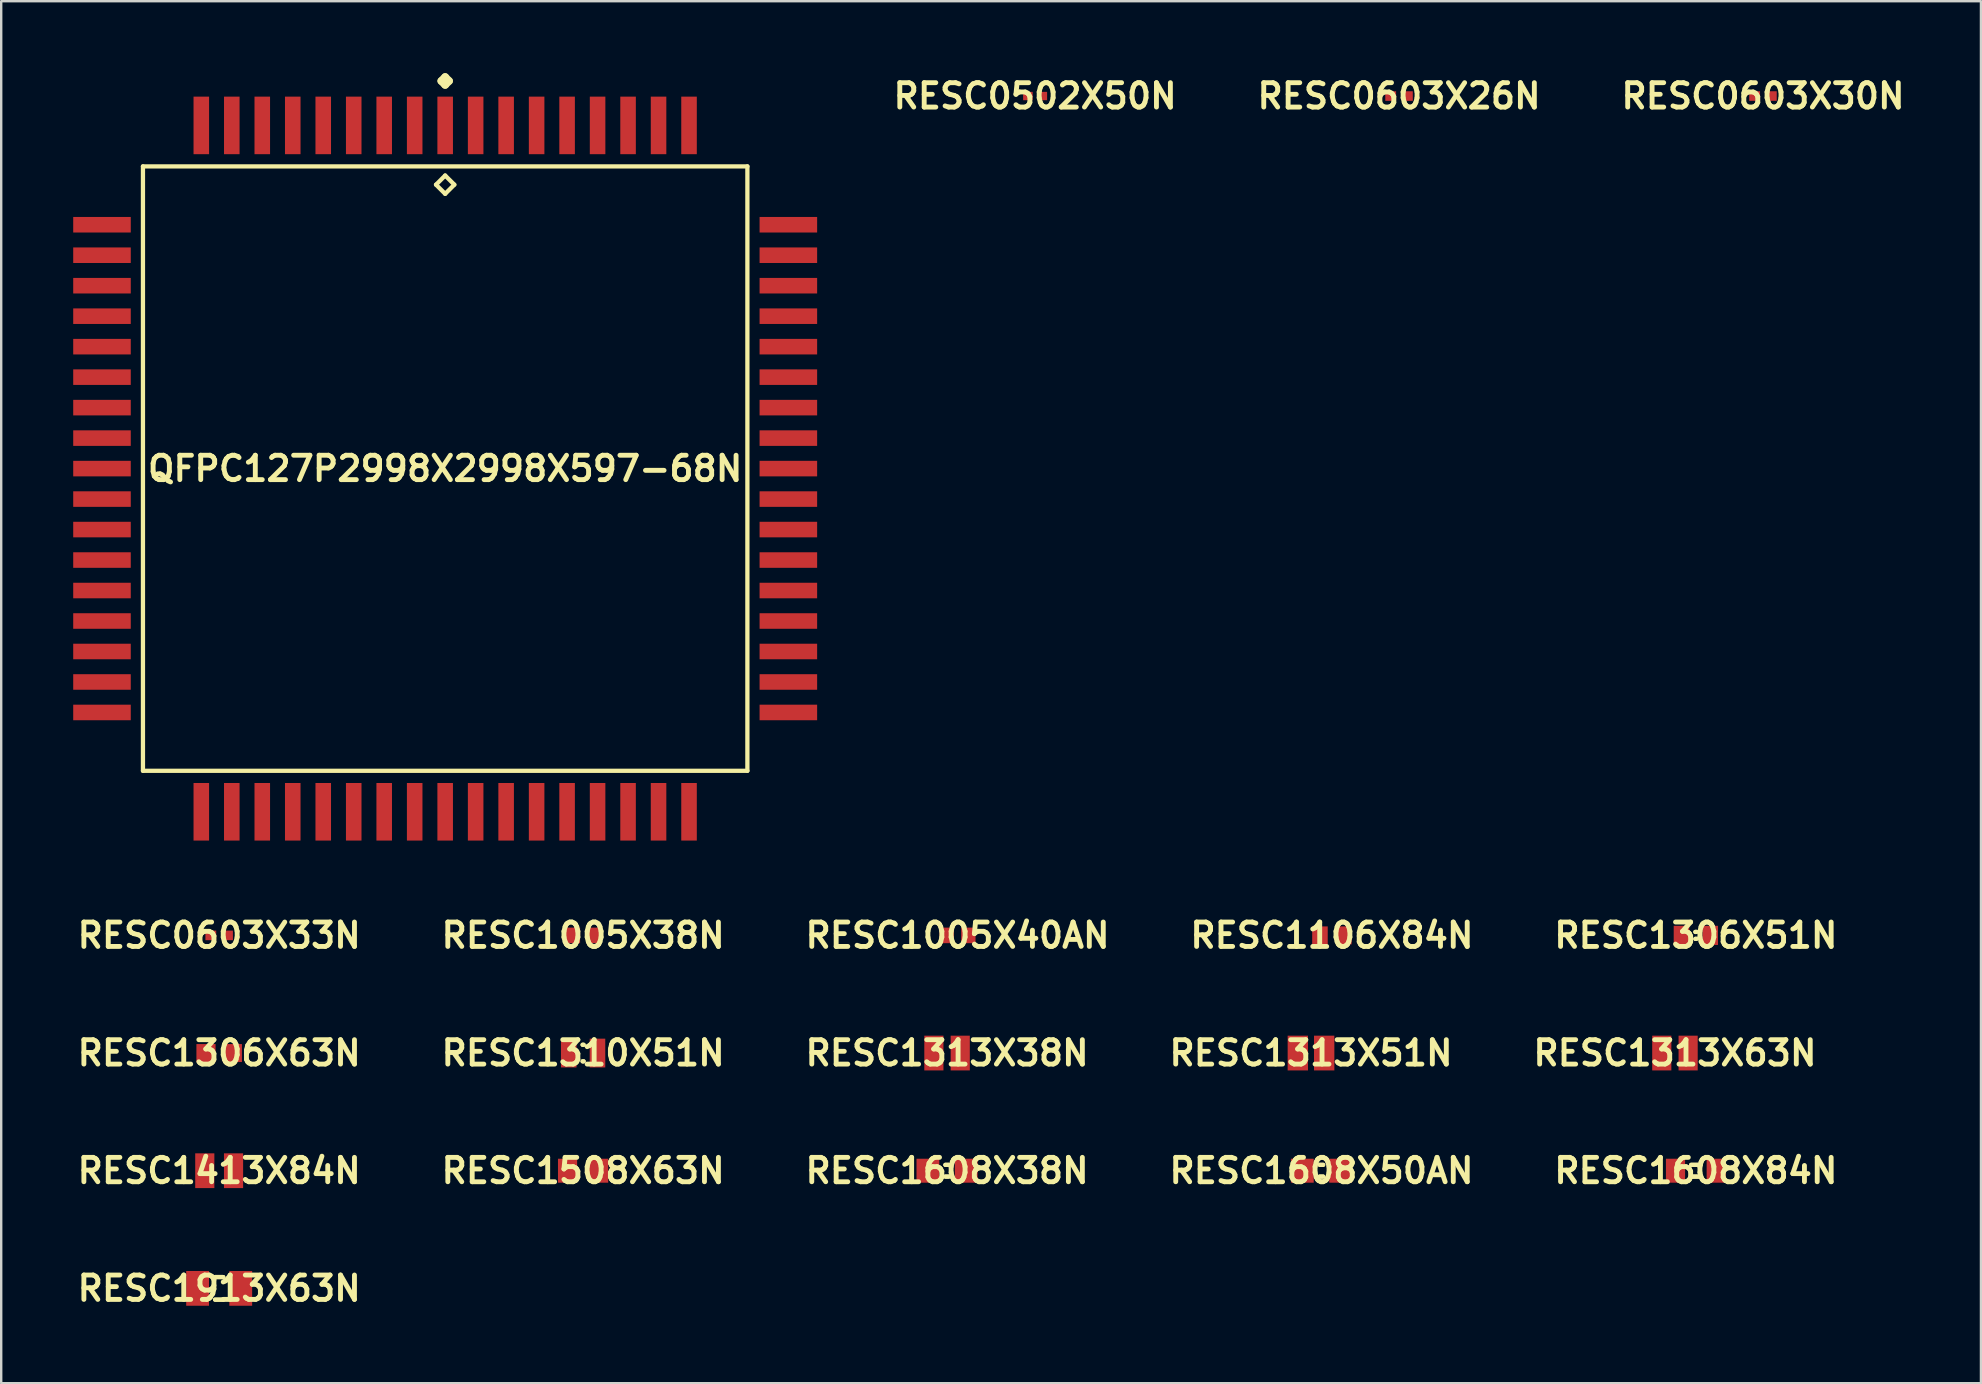
<source format=kicad_pcb>
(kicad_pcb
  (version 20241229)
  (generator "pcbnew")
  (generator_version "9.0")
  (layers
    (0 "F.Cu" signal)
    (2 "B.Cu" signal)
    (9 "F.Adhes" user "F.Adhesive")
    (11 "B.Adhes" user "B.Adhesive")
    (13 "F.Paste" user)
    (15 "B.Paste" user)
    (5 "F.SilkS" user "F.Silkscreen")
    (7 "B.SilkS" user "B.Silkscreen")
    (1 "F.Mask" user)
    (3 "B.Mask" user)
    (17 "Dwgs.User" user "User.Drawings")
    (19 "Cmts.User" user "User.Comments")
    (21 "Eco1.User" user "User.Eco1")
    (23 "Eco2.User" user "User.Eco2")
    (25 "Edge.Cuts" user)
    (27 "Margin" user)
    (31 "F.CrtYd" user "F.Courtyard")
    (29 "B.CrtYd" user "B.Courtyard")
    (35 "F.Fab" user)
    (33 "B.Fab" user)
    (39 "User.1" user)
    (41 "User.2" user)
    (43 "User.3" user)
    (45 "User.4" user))
  (footprint "RESC1306X63N"
    (layer "F.Cu")
    (at 6.081 40.823)
    (property "Reference" "RESC1306X63N" (at 0 0 0) (layer "F.SilkS") (effects (font (size 1.016 1.016) (thickness 0.203))))
    (attr smd)
    (pad "1" smd rect (at -0.549 0) (size 0.798 0.749) (layers "F.Cu" "F.Mask" "F.Paste"))
    (pad "2" smd rect (at 0.549 0) (size 0.798 0.749) (layers "F.Cu" "F.Mask" "F.Paste")))
  (footprint "RESC0603X30N"
    (layer "F.Cu")
    (at 70.401 0.951)
    (property "Reference" "RESC0603X30N" (at 0 0 0) (layer "F.SilkS") (effects (font (size 1.016 1.016) (thickness 0.203))))
    (attr smd)
    (pad "1" smd rect (at -0.348 0) (size 0.45 0.399) (layers "F.Cu" "F.Mask" "F.Paste"))
    (pad "2" smd rect (at 0.348 0) (size 0.45 0.399) (layers "F.Cu" "F.Mask" "F.Paste")))
  (footprint "RESC1005X38N"
    (layer "F.Cu")
    (at 21.244 35.921)
    (property "Reference" "RESC1005X38N" (at 0 0 0) (layer "F.SilkS") (effects (font (size 1.016 1.016) (thickness 0.203))))
    (attr smd)
    (pad "1" smd rect (at -0.45 0) (size 0.648 0.648) (layers "F.Cu" "F.Mask" "F.Paste"))
    (pad "2" smd rect (at 0.45 0) (size 0.648 0.648) (layers "F.Cu" "F.Mask" "F.Paste")))
  (footprint "RESC1608X38N"
    (layer "F.Cu")
    (at 36.407 45.725)
    (property "Reference" "RESC1608X38N" (at 0 0 0) (layer "F.SilkS") (effects (font (size 1.016 1.016) (thickness 0.203))))
    (attr smd)
    (fp_line (start -0.069 -0.244) (end 0.069 -0.244) (stroke (width 0.178) (type solid)) (layer "F.SilkS"))
    (fp_line (start -0.069 0.244) (end 0.069 0.244) (stroke (width 0.178) (type solid)) (layer "F.SilkS"))
    (fp_line (start 0.069 -0.244) (end -0.069 -0.244) (stroke (width 0.178) (type solid)) (layer "F.SilkS"))
    (fp_line (start 0.069 0.244) (end -0.069 0.244) (stroke (width 0.178) (type solid)) (layer "F.SilkS"))
    (pad "1" smd rect (at -0.798 0) (size 0.95 0.998) (layers "F.Cu" "F.Mask" "F.Paste"))
    (pad "2" smd rect (at 0.798 0) (size 0.95 0.998) (layers "F.Cu" "F.Mask" "F.Paste")))
  (footprint "RESC1508X63N"
    (layer "F.Cu")
    (at 21.244 45.725)
    (property "Reference" "RESC1508X63N" (at 0 0 0) (layer "F.SilkS") (effects (font (size 1.016 1.016) (thickness 0.203))))
    (attr smd)
    (pad "1" smd rect (at -0.648 0) (size 0.798 0.998) (layers "F.Cu" "F.Mask" "F.Paste"))
    (pad "2" smd rect (at 0.648 0) (size 0.798 0.998) (layers "F.Cu" "F.Mask" "F.Paste")))
  (footprint "RESC1005X40AN"
    (layer "F.Cu")
    (at 36.843 35.921)
    (property "Reference" "RESC1005X40AN" (at 0 0 0) (layer "F.SilkS") (effects (font (size 1.016 1.016) (thickness 0.203))))
    (attr smd)
    (pad "1" smd rect (at -0.45 0) (size 0.599 0.648) (layers "F.Cu" "F.Mask" "F.Paste"))
    (pad "2" smd rect (at 0.45 0) (size 0.599 0.648) (layers "F.Cu" "F.Mask" "F.Paste")))
  (footprint "RESC1306X51N"
    (layer "F.Cu")
    (at 67.604 35.921)
    (property "Reference" "RESC1306X51N" (at 0 0 0) (layer "F.SilkS") (effects (font (size 1.016 1.016) (thickness 0.203))))
    (attr smd)
    (fp_line (start -0.02 -0.145) (end 0.02 -0.145) (stroke (width 0.178) (type solid)) (layer "F.SilkS"))
    (fp_line (start -0.02 0.145) (end 0.02 0.145) (stroke (width 0.178) (type solid)) (layer "F.SilkS"))
    (fp_line (start 0.02 -0.145) (end -0.02 -0.145) (stroke (width 0.178) (type solid)) (layer "F.SilkS"))
    (fp_line (start 0.02 0.145) (end -0.02 0.145) (stroke (width 0.178) (type solid)) (layer "F.SilkS"))
    (pad "1" smd rect (at -0.599 0) (size 0.648 0.798) (layers "F.Cu" "F.Mask" "F.Paste"))
    (pad "2" smd rect (at 0.599 0) (size 0.648 0.798) (layers "F.Cu" "F.Mask" "F.Paste")))
  (footprint "RESC1413X84N"
    (layer "F.Cu")
    (at 6.081 45.725)
    (property "Reference" "RESC1413X84N" (at 0 0 0) (layer "F.SilkS") (effects (font (size 1.016 1.016) (thickness 0.203))))
    (attr smd)
    (pad "1" smd rect (at -0.599 0) (size 0.798 1.448) (layers "F.Cu" "F.Mask" "F.Paste"))
    (pad "2" smd rect (at 0.599 0) (size 0.798 1.448) (layers "F.Cu" "F.Mask" "F.Paste")))
  (footprint "RESC0603X33N"
    (layer "F.Cu")
    (at 6.081 35.921)
    (property "Reference" "RESC0603X33N" (at 0 0 0) (layer "F.SilkS") (effects (font (size 1.016 1.016) (thickness 0.203))))
    (attr smd)
    (pad "1" smd rect (at -0.348 0) (size 0.45 0.399) (layers "F.Cu" "F.Mask" "F.Paste"))
    (pad "2" smd rect (at 0.348 0) (size 0.45 0.399) (layers "F.Cu" "F.Mask" "F.Paste")))
  (footprint "RESC0502X50N"
    (layer "F.Cu")
    (at 40.075 0.951)
    (property "Reference" "RESC0502X50N" (at 0 0 0) (layer "F.SilkS") (effects (font (size 1.016 1.016) (thickness 0.203))))
    (attr smd)
    (pad "1" smd rect (at -0.3 0) (size 0.399 0.348) (layers "F.Cu" "F.Mask" "F.Paste"))
    (pad "2" smd rect (at 0.3 0) (size 0.399 0.348) (layers "F.Cu" "F.Mask" "F.Paste")))
  (footprint "QFPC127P2998X2998X597-68N"
    (layer "F.Cu")
    (at 15.497 16.473)
    (property "Reference" "QFPC127P2998X2998X597-68N" (at 0 0 0) (layer "F.SilkS") (effects (font (size 1.016 1.016) (thickness 0.203))))
    (attr smd)
    (fp_line (start -12.591 -12.591) (end -12.591 12.591) (stroke (width 0.178) (type solid)) (layer "F.SilkS"))
    (fp_line (start -12.591 12.591) (end 12.591 12.591) (stroke (width 0.178) (type solid)) (layer "F.SilkS"))
    (fp_line (start -0.381 -11.829) (end 0 -12.21) (stroke (width 0.178) (type solid)) (layer "F.SilkS"))
    (fp_line (start -0.16 -16.149) (end 0 -16.312) (stroke (width 0.323) (type solid)) (layer "F.SilkS"))
    (fp_line (start 0 -16.312) (end 0.16 -16.149) (stroke (width 0.323) (type solid)) (layer "F.SilkS"))
    (fp_line (start 0 -15.987) (end -0.16 -16.149) (stroke (width 0.323) (type solid)) (layer "F.SilkS"))
    (fp_line (start 0 -12.21) (end 0.381 -11.829) (stroke (width 0.178) (type solid)) (layer "F.SilkS"))
    (fp_line (start 0 -11.448) (end -0.381 -11.829) (stroke (width 0.178) (type solid)) (layer "F.SilkS"))
    (fp_line (start 0.16 -16.149) (end 0 -15.987) (stroke (width 0.323) (type solid)) (layer "F.SilkS"))
    (fp_line (start 0.381 -11.829) (end 0 -11.448) (stroke (width 0.178) (type solid)) (layer "F.SilkS"))
    (fp_line (start 12.591 -12.591) (end -12.591 -12.591) (stroke (width 0.178) (type solid)) (layer "F.SilkS"))
    (fp_line (start 12.591 12.591) (end 12.591 -12.591) (stroke (width 0.178) (type solid)) (layer "F.SilkS"))
    (pad "1" smd rect (at 0 -14.298) (size 0.648 2.398) (layers "F.Cu" "F.Mask" "F.Paste"))
    (pad "2" smd rect (at -1.27 -14.298) (size 0.648 2.398) (layers "F.Cu" "F.Mask" "F.Paste"))
    (pad "3" smd rect (at -2.54 -14.298) (size 0.648 2.398) (layers "F.Cu" "F.Mask" "F.Paste"))
    (pad "4" smd rect (at -3.81 -14.298) (size 0.648 2.398) (layers "F.Cu" "F.Mask" "F.Paste"))
    (pad "5" smd rect (at -5.08 -14.298) (size 0.648 2.398) (layers "F.Cu" "F.Mask" "F.Paste"))
    (pad "6" smd rect (at -6.35 -14.298) (size 0.648 2.398) (layers "F.Cu" "F.Mask" "F.Paste"))
    (pad "7" smd rect (at -7.62 -14.298) (size 0.648 2.398) (layers "F.Cu" "F.Mask" "F.Paste"))
    (pad "8" smd rect (at -8.89 -14.298) (size 0.648 2.398) (layers "F.Cu" "F.Mask" "F.Paste"))
    (pad "9" smd rect (at -10.16 -14.298) (size 0.648 2.398) (layers "F.Cu" "F.Mask" "F.Paste"))
    (pad "10" smd rect (at -14.298 -10.16) (size 2.398 0.648) (layers "F.Cu" "F.Mask" "F.Paste"))
    (pad "11" smd rect (at -14.298 -8.89) (size 2.398 0.648) (layers "F.Cu" "F.Mask" "F.Paste"))
    (pad "12" smd rect (at -14.298 -7.62) (size 2.398 0.648) (layers "F.Cu" "F.Mask" "F.Paste"))
    (pad "13" smd rect (at -14.298 -6.35) (size 2.398 0.648) (layers "F.Cu" "F.Mask" "F.Paste"))
    (pad "14" smd rect (at -14.298 -5.08) (size 2.398 0.648) (layers "F.Cu" "F.Mask" "F.Paste"))
    (pad "15" smd rect (at -14.298 -3.81) (size 2.398 0.648) (layers "F.Cu" "F.Mask" "F.Paste"))
    (pad "16" smd rect (at -14.298 -2.54) (size 2.398 0.648) (layers "F.Cu" "F.Mask" "F.Paste"))
    (pad "17" smd rect (at -14.298 -1.27) (size 2.398 0.648) (layers "F.Cu" "F.Mask" "F.Paste"))
    (pad "18" smd rect (at -14.298 0) (size 2.398 0.648) (layers "F.Cu" "F.Mask" "F.Paste"))
    (pad "19" smd rect (at -14.298 1.27) (size 2.398 0.648) (layers "F.Cu" "F.Mask" "F.Paste"))
    (pad "20" smd rect (at -14.298 2.54) (size 2.398 0.648) (layers "F.Cu" "F.Mask" "F.Paste"))
    (pad "21" smd rect (at -14.298 3.81) (size 2.398 0.648) (layers "F.Cu" "F.Mask" "F.Paste"))
    (pad "22" smd rect (at -14.298 5.08) (size 2.398 0.648) (layers "F.Cu" "F.Mask" "F.Paste"))
    (pad "23" smd rect (at -14.298 6.35) (size 2.398 0.648) (layers "F.Cu" "F.Mask" "F.Paste"))
    (pad "24" smd rect (at -14.298 7.62) (size 2.398 0.648) (layers "F.Cu" "F.Mask" "F.Paste"))
    (pad "25" smd rect (at -14.298 8.89) (size 2.398 0.648) (layers "F.Cu" "F.Mask" "F.Paste"))
    (pad "26" smd rect (at -14.298 10.16) (size 2.398 0.648) (layers "F.Cu" "F.Mask" "F.Paste"))
    (pad "27" smd rect (at -10.16 14.298) (size 0.648 2.398) (layers "F.Cu" "F.Mask" "F.Paste"))
    (pad "28" smd rect (at -8.89 14.298) (size 0.648 2.398) (layers "F.Cu" "F.Mask" "F.Paste"))
    (pad "29" smd rect (at -7.62 14.298) (size 0.648 2.398) (layers "F.Cu" "F.Mask" "F.Paste"))
    (pad "30" smd rect (at -6.35 14.298) (size 0.648 2.398) (layers "F.Cu" "F.Mask" "F.Paste"))
    (pad "31" smd rect (at -5.08 14.298) (size 0.648 2.398) (layers "F.Cu" "F.Mask" "F.Paste"))
    (pad "32" smd rect (at -3.81 14.298) (size 0.648 2.398) (layers "F.Cu" "F.Mask" "F.Paste"))
    (pad "33" smd rect (at -2.54 14.298) (size 0.648 2.398) (layers "F.Cu" "F.Mask" "F.Paste"))
    (pad "34" smd rect (at -1.27 14.298) (size 0.648 2.398) (layers "F.Cu" "F.Mask" "F.Paste"))
    (pad "35" smd rect (at 0 14.298) (size 0.648 2.398) (layers "F.Cu" "F.Mask" "F.Paste"))
    (pad "36" smd rect (at 1.27 14.298) (size 0.648 2.398) (layers "F.Cu" "F.Mask" "F.Paste"))
    (pad "37" smd rect (at 2.54 14.298) (size 0.648 2.398) (layers "F.Cu" "F.Mask" "F.Paste"))
    (pad "38" smd rect (at 3.81 14.298) (size 0.648 2.398) (layers "F.Cu" "F.Mask" "F.Paste"))
    (pad "39" smd rect (at 5.08 14.298) (size 0.648 2.398) (layers "F.Cu" "F.Mask" "F.Paste"))
    (pad "40" smd rect (at 6.35 14.298) (size 0.648 2.398) (layers "F.Cu" "F.Mask" "F.Paste"))
    (pad "41" smd rect (at 7.62 14.298) (size 0.648 2.398) (layers "F.Cu" "F.Mask" "F.Paste"))
    (pad "42" smd rect (at 8.89 14.298) (size 0.648 2.398) (layers "F.Cu" "F.Mask" "F.Paste"))
    (pad "43" smd rect (at 10.16 14.298) (size 0.648 2.398) (layers "F.Cu" "F.Mask" "F.Paste"))
    (pad "44" smd rect (at 14.298 10.16) (size 2.398 0.648) (layers "F.Cu" "F.Mask" "F.Paste"))
    (pad "45" smd rect (at 14.298 8.89) (size 2.398 0.648) (layers "F.Cu" "F.Mask" "F.Paste"))
    (pad "46" smd rect (at 14.298 7.62) (size 2.398 0.648) (layers "F.Cu" "F.Mask" "F.Paste"))
    (pad "47" smd rect (at 14.298 6.35) (size 2.398 0.648) (layers "F.Cu" "F.Mask" "F.Paste"))
    (pad "48" smd rect (at 14.298 5.08) (size 2.398 0.648) (layers "F.Cu" "F.Mask" "F.Paste"))
    (pad "49" smd rect (at 14.298 3.81) (size 2.398 0.648) (layers "F.Cu" "F.Mask" "F.Paste"))
    (pad "50" smd rect (at 14.298 2.54) (size 2.398 0.648) (layers "F.Cu" "F.Mask" "F.Paste"))
    (pad "51" smd rect (at 14.298 1.27) (size 2.398 0.648) (layers "F.Cu" "F.Mask" "F.Paste"))
    (pad "52" smd rect (at 14.298 0) (size 2.398 0.648) (layers "F.Cu" "F.Mask" "F.Paste"))
    (pad "53" smd rect (at 14.298 -1.27) (size 2.398 0.648) (layers "F.Cu" "F.Mask" "F.Paste"))
    (pad "54" smd rect (at 14.298 -2.54) (size 2.398 0.648) (layers "F.Cu" "F.Mask" "F.Paste"))
    (pad "55" smd rect (at 14.298 -3.81) (size 2.398 0.648) (layers "F.Cu" "F.Mask" "F.Paste"))
    (pad "56" smd rect (at 14.298 -5.08) (size 2.398 0.648) (layers "F.Cu" "F.Mask" "F.Paste"))
    (pad "57" smd rect (at 14.298 -6.35) (size 2.398 0.648) (layers "F.Cu" "F.Mask" "F.Paste"))
    (pad "58" smd rect (at 14.298 -7.62) (size 2.398 0.648) (layers "F.Cu" "F.Mask" "F.Paste"))
    (pad "59" smd rect (at 14.298 -8.89) (size 2.398 0.648) (layers "F.Cu" "F.Mask" "F.Paste"))
    (pad "60" smd rect (at 14.298 -10.16) (size 2.398 0.648) (layers "F.Cu" "F.Mask" "F.Paste"))
    (pad "61" smd rect (at 10.16 -14.298) (size 0.648 2.398) (layers "F.Cu" "F.Mask" "F.Paste"))
    (pad "62" smd rect (at 8.89 -14.298) (size 0.648 2.398) (layers "F.Cu" "F.Mask" "F.Paste"))
    (pad "63" smd rect (at 7.62 -14.298) (size 0.648 2.398) (layers "F.Cu" "F.Mask" "F.Paste"))
    (pad "64" smd rect (at 6.35 -14.298) (size 0.648 2.398) (layers "F.Cu" "F.Mask" "F.Paste"))
    (pad "65" smd rect (at 5.08 -14.298) (size 0.648 2.398) (layers "F.Cu" "F.Mask" "F.Paste"))
    (pad "66" smd rect (at 3.81 -14.298) (size 0.648 2.398) (layers "F.Cu" "F.Mask" "F.Paste"))
    (pad "67" smd rect (at 2.54 -14.298) (size 0.648 2.398) (layers "F.Cu" "F.Mask" "F.Paste"))
    (pad "68" smd rect (at 1.27 -14.298) (size 0.648 2.398) (layers "F.Cu" "F.Mask" "F.Paste")))
  (footprint "RESC1313X51N"
    (layer "F.Cu")
    (at 51.57 40.823)
    (property "Reference" "RESC1313X51N" (at 0 0 0) (layer "F.SilkS") (effects (font (size 1.016 1.016) (thickness 0.203))))
    (attr smd)
    (pad "1" smd rect (at -0.549 0) (size 0.848 1.448) (layers "F.Cu" "F.Mask" "F.Paste"))
    (pad "2" smd rect (at 0.549 0) (size 0.848 1.448) (layers "F.Cu" "F.Mask" "F.Paste")))
  (footprint "RESC1913X63N"
    (layer "F.Cu")
    (at 6.081 50.627)
    (property "Reference" "RESC1913X63N" (at 0 0 0) (layer "F.SilkS") (effects (font (size 1.016 1.016) (thickness 0.203))))
    (attr smd)
    (fp_line (start -0.17 -0.47) (end 0.17 -0.47) (stroke (width 0.178) (type solid)) (layer "F.SilkS"))
    (fp_line (start -0.17 0.47) (end 0.17 0.47) (stroke (width 0.178) (type solid)) (layer "F.SilkS"))
    (fp_line (start 0.17 -0.47) (end -0.17 -0.47) (stroke (width 0.178) (type solid)) (layer "F.SilkS"))
    (fp_line (start 0.17 0.47) (end -0.17 0.47) (stroke (width 0.178) (type solid)) (layer "F.SilkS"))
    (pad "1" smd rect (at -0.899 0) (size 0.95 1.448) (layers "F.Cu" "F.Mask" "F.Paste"))
    (pad "2" smd rect (at 0.899 0) (size 0.95 1.448) (layers "F.Cu" "F.Mask" "F.Paste")))
  (footprint "RESC1313X63N"
    (layer "F.Cu")
    (at 66.733 40.823)
    (property "Reference" "RESC1313X63N" (at 0 0 0) (layer "F.SilkS") (effects (font (size 1.016 1.016) (thickness 0.203))))
    (attr smd)
    (pad "1" smd rect (at -0.549 0) (size 0.798 1.448) (layers "F.Cu" "F.Mask" "F.Paste"))
    (pad "2" smd rect (at 0.549 0) (size 0.798 1.448) (layers "F.Cu" "F.Mask" "F.Paste")))
  (footprint "RESC1313X38N"
    (layer "F.Cu")
    (at 36.407 40.823)
    (property "Reference" "RESC1313X38N" (at 0 0 0) (layer "F.SilkS") (effects (font (size 1.016 1.016) (thickness 0.203))))
    (attr smd)
    (pad "1" smd rect (at -0.549 0) (size 0.798 1.448) (layers "F.Cu" "F.Mask" "F.Paste"))
    (pad "2" smd rect (at 0.549 0) (size 0.798 1.448) (layers "F.Cu" "F.Mask" "F.Paste")))
  (footprint "RESC0603X26N"
    (layer "F.Cu")
    (at 55.238 0.951)
    (property "Reference" "RESC0603X26N" (at 0 0 0) (layer "F.SilkS") (effects (font (size 1.016 1.016) (thickness 0.203))))
    (attr smd)
    (pad "1" smd rect (at -0.348 0) (size 0.45 0.399) (layers "F.Cu" "F.Mask" "F.Paste"))
    (pad "2" smd rect (at 0.348 0) (size 0.45 0.399) (layers "F.Cu" "F.Mask" "F.Paste")))
  (footprint "RESC1608X50AN"
    (layer "F.Cu")
    (at 52.006 45.725)
    (property "Reference" "RESC1608X50AN" (at 0 0 0) (layer "F.SilkS") (effects (font (size 1.016 1.016) (thickness 0.203))))
    (attr smd)
    (fp_line (start -0.069 -0.244) (end 0.069 -0.244) (stroke (width 0.178) (type solid)) (layer "F.SilkS"))
    (fp_line (start -0.069 0.244) (end 0.069 0.244) (stroke (width 0.178) (type solid)) (layer "F.SilkS"))
    (fp_line (start 0.069 -0.244) (end -0.069 -0.244) (stroke (width 0.178) (type solid)) (layer "F.SilkS"))
    (fp_line (start 0.069 0.244) (end -0.069 0.244) (stroke (width 0.178) (type solid)) (layer "F.SilkS"))
    (pad "1" smd rect (at -0.798 0) (size 0.95 0.998) (layers "F.Cu" "F.Mask" "F.Paste"))
    (pad "2" smd rect (at 0.798 0) (size 0.95 0.998) (layers "F.Cu" "F.Mask" "F.Paste")))
  (footprint "RESC1310X51N"
    (layer "F.Cu")
    (at 21.244 40.823)
    (property "Reference" "RESC1310X51N" (at 0 0 0) (layer "F.SilkS") (effects (font (size 1.016 1.016) (thickness 0.203))))
    (attr smd)
    (fp_line (start -0.02 -0.345) (end 0.02 -0.345) (stroke (width 0.178) (type solid)) (layer "F.SilkS"))
    (fp_line (start -0.02 0.345) (end 0.02 0.345) (stroke (width 0.178) (type solid)) (layer "F.SilkS"))
    (fp_line (start 0.02 -0.345) (end -0.02 -0.345) (stroke (width 0.178) (type solid)) (layer "F.SilkS"))
    (fp_line (start 0.02 0.345) (end -0.02 0.345) (stroke (width 0.178) (type solid)) (layer "F.SilkS"))
    (pad "1" smd rect (at -0.599 0) (size 0.648 1.199) (layers "F.Cu" "F.Mask" "F.Paste"))
    (pad "2" smd rect (at 0.599 0) (size 0.648 1.199) (layers "F.Cu" "F.Mask" "F.Paste")))
  (footprint "RESC1608X84N"
    (layer "F.Cu")
    (at 67.604 45.725)
    (property "Reference" "RESC1608X84N" (at 0 0 0) (layer "F.SilkS") (effects (font (size 1.016 1.016) (thickness 0.203))))
    (attr smd)
    (fp_line (start -0.196 -0.244) (end 0.196 -0.244) (stroke (width 0.178) (type solid)) (layer "F.SilkS"))
    (fp_line (start -0.196 0.244) (end 0.196 0.244) (stroke (width 0.178) (type solid)) (layer "F.SilkS"))
    (fp_line (start 0.196 -0.244) (end -0.196 -0.244) (stroke (width 0.178) (type solid)) (layer "F.SilkS"))
    (fp_line (start 0.196 0.244) (end -0.196 0.244) (stroke (width 0.178) (type solid)) (layer "F.SilkS"))
    (pad "1" smd rect (at -0.848 0) (size 0.798 0.998) (layers "F.Cu" "F.Mask" "F.Paste"))
    (pad "2" smd rect (at 0.848 0) (size 0.798 0.998) (layers "F.Cu" "F.Mask" "F.Paste")))
  (footprint "RESC1106X84N"
    (layer "F.Cu")
    (at 52.441 35.921)
    (property "Reference" "RESC1106X84N" (at 0 0 0) (layer "F.SilkS") (effects (font (size 1.016 1.016) (thickness 0.203))))
    (attr smd)
    (pad "1" smd rect (at -0.498 0) (size 0.648 0.749) (layers "F.Cu" "F.Mask" "F.Paste"))
    (pad "2" smd rect (at 0.498 0) (size 0.648 0.749) (layers "F.Cu" "F.Mask" "F.Paste")))
  (gr_rect
    (start -3 -3)
    (end 79.482 54.578)
    (stroke (width 0.1) (type default))
    (fill no)
    (layer "Edge.Cuts")))
</source>
